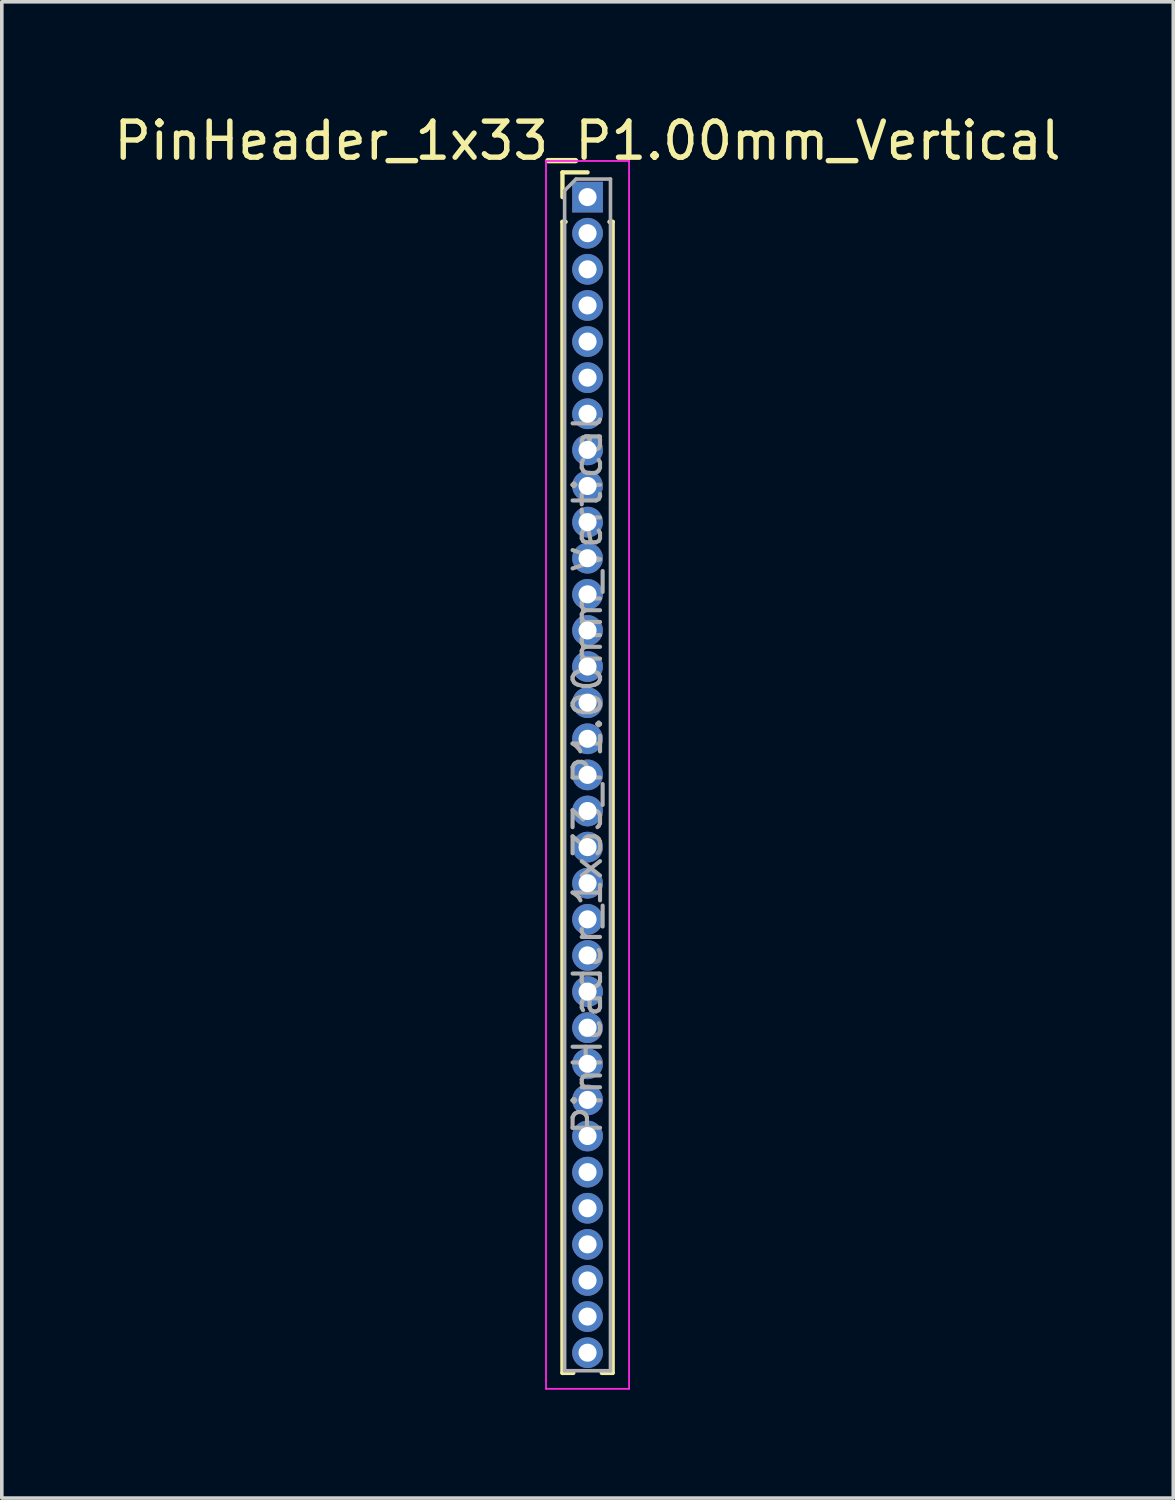
<source format=kicad_pcb>
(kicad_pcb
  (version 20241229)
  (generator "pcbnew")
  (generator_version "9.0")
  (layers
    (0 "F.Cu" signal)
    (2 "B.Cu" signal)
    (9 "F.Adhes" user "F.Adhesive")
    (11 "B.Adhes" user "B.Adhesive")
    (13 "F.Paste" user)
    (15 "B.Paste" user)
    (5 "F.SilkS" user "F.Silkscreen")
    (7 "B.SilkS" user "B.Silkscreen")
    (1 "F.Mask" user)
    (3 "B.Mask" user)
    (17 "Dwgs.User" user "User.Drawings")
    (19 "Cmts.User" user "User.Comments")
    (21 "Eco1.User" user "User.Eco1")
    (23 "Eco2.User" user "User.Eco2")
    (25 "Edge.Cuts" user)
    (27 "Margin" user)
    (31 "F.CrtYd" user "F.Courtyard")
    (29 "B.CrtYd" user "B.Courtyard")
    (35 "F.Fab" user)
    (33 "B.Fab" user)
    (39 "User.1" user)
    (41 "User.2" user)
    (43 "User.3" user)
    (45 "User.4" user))
  (footprint "PinHeader_1x33_P1.00mm_Vertical"
    (layer "F.Cu")
    (at 13.22 2.408)
    (property "Reference" "PinHeader_1x33_P1.00mm_Vertical" (at 0 -1.56 0) (layer "F.SilkS") (effects (font (size 1 1) (thickness 0.15))))
    (attr through_hole)
    (fp_line (start -0.695 -0.685) (end 0 -0.685) (stroke (width 0.12) (type solid)) (layer "F.SilkS"))
    (fp_line (start -0.695 0) (end -0.695 -0.685) (stroke (width 0.12) (type solid)) (layer "F.SilkS"))
    (fp_line (start -0.695 0.685) (end -0.695 32.56) (stroke (width 0.12) (type solid)) (layer "F.SilkS"))
    (fp_line (start -0.695 0.685) (end -0.608 0.685) (stroke (width 0.12) (type solid)) (layer "F.SilkS"))
    (fp_line (start -0.695 32.56) (end -0.394 32.56) (stroke (width 0.12) (type solid)) (layer "F.SilkS"))
    (fp_line (start 0.394 32.56) (end 0.695 32.56) (stroke (width 0.12) (type solid)) (layer "F.SilkS"))
    (fp_line (start 0.608 0.685) (end 0.695 0.685) (stroke (width 0.12) (type solid)) (layer "F.SilkS"))
    (fp_line (start 0.695 0.685) (end 0.695 32.56) (stroke (width 0.12) (type solid)) (layer "F.SilkS"))
    (fp_line (start -1.15 -1) (end -1.15 33) (stroke (width 0.05) (type solid)) (layer "F.CrtYd"))
    (fp_line (start -1.15 33) (end 1.15 33) (stroke (width 0.05) (type solid)) (layer "F.CrtYd"))
    (fp_line (start 1.15 -1) (end -1.15 -1) (stroke (width 0.05) (type solid)) (layer "F.CrtYd"))
    (fp_line (start 1.15 33) (end 1.15 -1) (stroke (width 0.05) (type solid)) (layer "F.CrtYd"))
    (fp_line (start -0.635 -0.182) (end -0.318 -0.5) (stroke (width 0.1) (type solid)) (layer "F.Fab"))
    (fp_line (start -0.635 32.5) (end -0.635 -0.182) (stroke (width 0.1) (type solid)) (layer "F.Fab"))
    (fp_line (start -0.318 -0.5) (end 0.635 -0.5) (stroke (width 0.1) (type solid)) (layer "F.Fab"))
    (fp_line (start 0.635 -0.5) (end 0.635 32.5) (stroke (width 0.1) (type solid)) (layer "F.Fab"))
    (fp_line (start 0.635 32.5) (end -0.635 32.5) (stroke (width 0.1) (type solid)) (layer "F.Fab"))
    (fp_text user "${REFERENCE}" (at 0 16 90) (layer "F.Fab") (effects (font (size 0.76 0.76) (thickness 0.114))))
    (pad "1" thru_hole rect (at 0 0) (size 0.85 0.85) (drill 0.5) (layers "*.Cu" "*.Mask"))
    (pad "2" thru_hole oval (at 0 1) (size 0.85 0.85) (drill 0.5) (layers "*.Cu" "*.Mask"))
    (pad "3" thru_hole oval (at 0 2) (size 0.85 0.85) (drill 0.5) (layers "*.Cu" "*.Mask"))
    (pad "4" thru_hole oval (at 0 3) (size 0.85 0.85) (drill 0.5) (layers "*.Cu" "*.Mask"))
    (pad "5" thru_hole oval (at 0 4) (size 0.85 0.85) (drill 0.5) (layers "*.Cu" "*.Mask"))
    (pad "6" thru_hole oval (at 0 5) (size 0.85 0.85) (drill 0.5) (layers "*.Cu" "*.Mask"))
    (pad "7" thru_hole oval (at 0 6) (size 0.85 0.85) (drill 0.5) (layers "*.Cu" "*.Mask"))
    (pad "8" thru_hole oval (at 0 7) (size 0.85 0.85) (drill 0.5) (layers "*.Cu" "*.Mask"))
    (pad "9" thru_hole oval (at 0 8) (size 0.85 0.85) (drill 0.5) (layers "*.Cu" "*.Mask"))
    (pad "10" thru_hole oval (at 0 9) (size 0.85 0.85) (drill 0.5) (layers "*.Cu" "*.Mask"))
    (pad "11" thru_hole oval (at 0 10) (size 0.85 0.85) (drill 0.5) (layers "*.Cu" "*.Mask"))
    (pad "12" thru_hole oval (at 0 11) (size 0.85 0.85) (drill 0.5) (layers "*.Cu" "*.Mask"))
    (pad "13" thru_hole oval (at 0 12) (size 0.85 0.85) (drill 0.5) (layers "*.Cu" "*.Mask"))
    (pad "14" thru_hole oval (at 0 13) (size 0.85 0.85) (drill 0.5) (layers "*.Cu" "*.Mask"))
    (pad "15" thru_hole oval (at 0 14) (size 0.85 0.85) (drill 0.5) (layers "*.Cu" "*.Mask"))
    (pad "16" thru_hole oval (at 0 15) (size 0.85 0.85) (drill 0.5) (layers "*.Cu" "*.Mask"))
    (pad "17" thru_hole oval (at 0 16) (size 0.85 0.85) (drill 0.5) (layers "*.Cu" "*.Mask"))
    (pad "18" thru_hole oval (at 0 17) (size 0.85 0.85) (drill 0.5) (layers "*.Cu" "*.Mask"))
    (pad "19" thru_hole oval (at 0 18) (size 0.85 0.85) (drill 0.5) (layers "*.Cu" "*.Mask"))
    (pad "20" thru_hole oval (at 0 19) (size 0.85 0.85) (drill 0.5) (layers "*.Cu" "*.Mask"))
    (pad "21" thru_hole oval (at 0 20) (size 0.85 0.85) (drill 0.5) (layers "*.Cu" "*.Mask"))
    (pad "22" thru_hole oval (at 0 21) (size 0.85 0.85) (drill 0.5) (layers "*.Cu" "*.Mask"))
    (pad "23" thru_hole oval (at 0 22) (size 0.85 0.85) (drill 0.5) (layers "*.Cu" "*.Mask"))
    (pad "24" thru_hole oval (at 0 23) (size 0.85 0.85) (drill 0.5) (layers "*.Cu" "*.Mask"))
    (pad "25" thru_hole oval (at 0 24) (size 0.85 0.85) (drill 0.5) (layers "*.Cu" "*.Mask"))
    (pad "26" thru_hole oval (at 0 25) (size 0.85 0.85) (drill 0.5) (layers "*.Cu" "*.Mask"))
    (pad "27" thru_hole oval (at 0 26) (size 0.85 0.85) (drill 0.5) (layers "*.Cu" "*.Mask"))
    (pad "28" thru_hole oval (at 0 27) (size 0.85 0.85) (drill 0.5) (layers "*.Cu" "*.Mask"))
    (pad "29" thru_hole oval (at 0 28) (size 0.85 0.85) (drill 0.5) (layers "*.Cu" "*.Mask"))
    (pad "30" thru_hole oval (at 0 29) (size 0.85 0.85) (drill 0.5) (layers "*.Cu" "*.Mask"))
    (pad "31" thru_hole oval (at 0 30) (size 0.85 0.85) (drill 0.5) (layers "*.Cu" "*.Mask"))
    (pad "32" thru_hole oval (at 0 31) (size 0.85 0.85) (drill 0.5) (layers "*.Cu" "*.Mask"))
    (pad "33" thru_hole oval (at 0 32) (size 0.85 0.85) (drill 0.5) (layers "*.Cu" "*.Mask")))
  (gr_rect
    (start -3 -3)
    (end 29.44 38.433)
    (stroke (width 0.1) (type default))
    (fill no)
    (layer "Edge.Cuts")))
</source>
